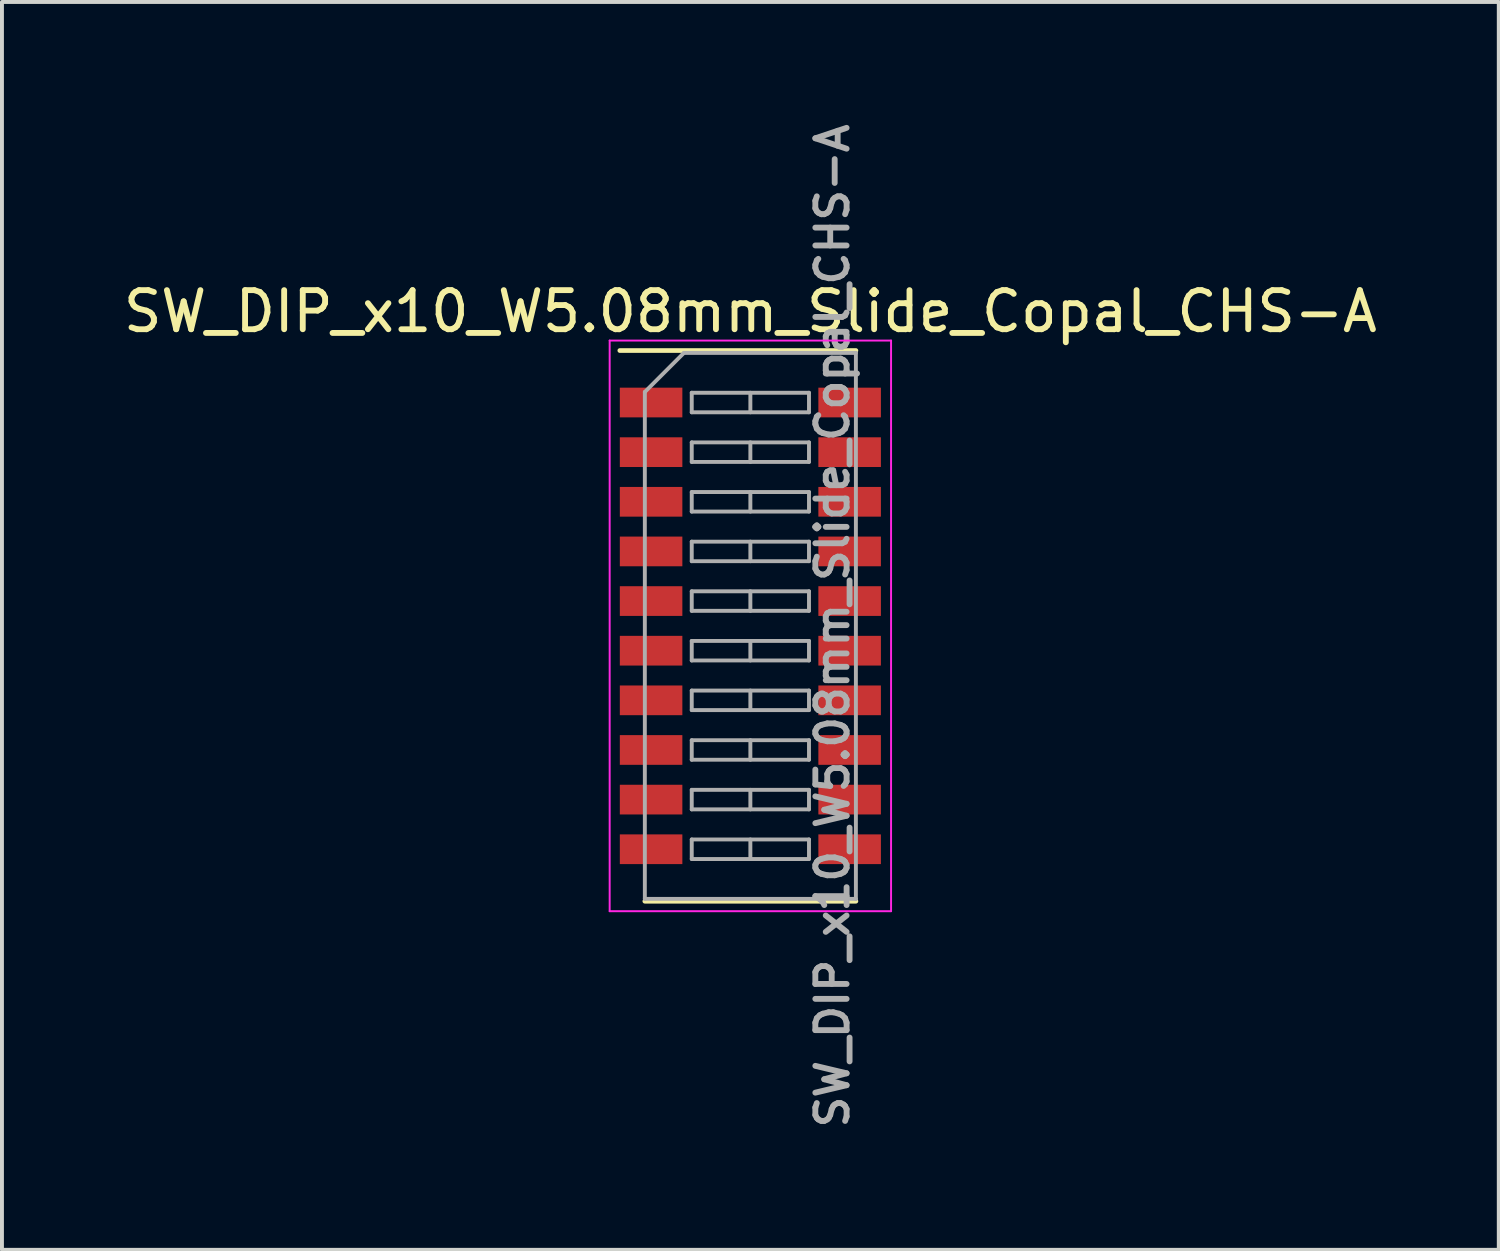
<source format=kicad_pcb>
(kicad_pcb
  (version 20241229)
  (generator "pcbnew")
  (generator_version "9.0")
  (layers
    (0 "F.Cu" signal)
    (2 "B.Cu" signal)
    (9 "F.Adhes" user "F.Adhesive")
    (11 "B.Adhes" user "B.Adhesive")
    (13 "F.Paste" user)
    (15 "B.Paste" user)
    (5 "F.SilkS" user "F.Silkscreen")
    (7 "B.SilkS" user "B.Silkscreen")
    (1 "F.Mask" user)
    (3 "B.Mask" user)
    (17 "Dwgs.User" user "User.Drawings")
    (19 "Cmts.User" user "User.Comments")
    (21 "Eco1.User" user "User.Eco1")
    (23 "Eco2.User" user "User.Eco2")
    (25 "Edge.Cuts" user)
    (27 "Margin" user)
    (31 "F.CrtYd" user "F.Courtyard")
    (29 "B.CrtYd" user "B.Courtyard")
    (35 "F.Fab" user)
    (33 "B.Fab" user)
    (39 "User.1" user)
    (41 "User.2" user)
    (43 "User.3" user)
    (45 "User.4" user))
  (footprint "SW_DIP_x10_W5.08mm_Slide_Copal_CHS-A"
    (layer "F.Cu")
    (at 16.149 12.964)
    (property "Reference" "SW_DIP_x10_W5.08mm_Slide_Copal_CHS-A" (at 0 -8.045 0) (layer "F.SilkS") (effects (font (size 1 1) (thickness 0.15))))
    (attr smd)
    (fp_line (start -3.34 -7.045) (end 2.7 -7.045) (stroke (width 0.12) (type solid)) (layer "F.SilkS"))
    (fp_line (start -2.7 7.045) (end 2.7 7.045) (stroke (width 0.12) (type solid)) (layer "F.SilkS"))
    (fp_line (start -3.6 -7.3) (end -3.6 7.3) (stroke (width 0.05) (type solid)) (layer "F.CrtYd"))
    (fp_line (start -3.6 7.3) (end 3.6 7.3) (stroke (width 0.05) (type solid)) (layer "F.CrtYd"))
    (fp_line (start 3.6 -7.3) (end -3.6 -7.3) (stroke (width 0.05) (type solid)) (layer "F.CrtYd"))
    (fp_line (start 3.6 7.3) (end 3.6 -7.3) (stroke (width 0.05) (type solid)) (layer "F.CrtYd"))
    (fp_line (start -2.7 -5.985) (end -1.7 -6.985) (stroke (width 0.1) (type solid)) (layer "F.Fab"))
    (fp_line (start -2.7 6.985) (end -2.7 -5.985) (stroke (width 0.1) (type solid)) (layer "F.Fab"))
    (fp_line (start -1.7 -6.985) (end 2.7 -6.985) (stroke (width 0.1) (type solid)) (layer "F.Fab"))
    (fp_line (start -1.5 -5.965) (end -1.5 -5.465) (stroke (width 0.1) (type solid)) (layer "F.Fab"))
    (fp_line (start -1.5 -5.465) (end 1.5 -5.465) (stroke (width 0.1) (type solid)) (layer "F.Fab"))
    (fp_line (start -1.5 -4.695) (end -1.5 -4.195) (stroke (width 0.1) (type solid)) (layer "F.Fab"))
    (fp_line (start -1.5 -4.195) (end 1.5 -4.195) (stroke (width 0.1) (type solid)) (layer "F.Fab"))
    (fp_line (start -1.5 -3.425) (end -1.5 -2.925) (stroke (width 0.1) (type solid)) (layer "F.Fab"))
    (fp_line (start -1.5 -2.925) (end 1.5 -2.925) (stroke (width 0.1) (type solid)) (layer "F.Fab"))
    (fp_line (start -1.5 -2.155) (end -1.5 -1.655) (stroke (width 0.1) (type solid)) (layer "F.Fab"))
    (fp_line (start -1.5 -1.655) (end 1.5 -1.655) (stroke (width 0.1) (type solid)) (layer "F.Fab"))
    (fp_line (start -1.5 -0.885) (end -1.5 -0.385) (stroke (width 0.1) (type solid)) (layer "F.Fab"))
    (fp_line (start -1.5 -0.385) (end 1.5 -0.385) (stroke (width 0.1) (type solid)) (layer "F.Fab"))
    (fp_line (start -1.5 0.385) (end -1.5 0.885) (stroke (width 0.1) (type solid)) (layer "F.Fab"))
    (fp_line (start -1.5 0.885) (end 1.5 0.885) (stroke (width 0.1) (type solid)) (layer "F.Fab"))
    (fp_line (start -1.5 1.655) (end -1.5 2.155) (stroke (width 0.1) (type solid)) (layer "F.Fab"))
    (fp_line (start -1.5 2.155) (end 1.5 2.155) (stroke (width 0.1) (type solid)) (layer "F.Fab"))
    (fp_line (start -1.5 2.925) (end -1.5 3.425) (stroke (width 0.1) (type solid)) (layer "F.Fab"))
    (fp_line (start -1.5 3.425) (end 1.5 3.425) (stroke (width 0.1) (type solid)) (layer "F.Fab"))
    (fp_line (start -1.5 4.195) (end -1.5 4.695) (stroke (width 0.1) (type solid)) (layer "F.Fab"))
    (fp_line (start -1.5 4.695) (end 1.5 4.695) (stroke (width 0.1) (type solid)) (layer "F.Fab"))
    (fp_line (start -1.5 5.465) (end -1.5 5.965) (stroke (width 0.1) (type solid)) (layer "F.Fab"))
    (fp_line (start -1.5 5.965) (end 1.5 5.965) (stroke (width 0.1) (type solid)) (layer "F.Fab"))
    (fp_line (start 0 -5.965) (end 0 -5.465) (stroke (width 0.1) (type solid)) (layer "F.Fab"))
    (fp_line (start 0 -4.695) (end 0 -4.195) (stroke (width 0.1) (type solid)) (layer "F.Fab"))
    (fp_line (start 0 -3.425) (end 0 -2.925) (stroke (width 0.1) (type solid)) (layer "F.Fab"))
    (fp_line (start 0 -2.155) (end 0 -1.655) (stroke (width 0.1) (type solid)) (layer "F.Fab"))
    (fp_line (start 0 -0.885) (end 0 -0.385) (stroke (width 0.1) (type solid)) (layer "F.Fab"))
    (fp_line (start 0 0.385) (end 0 0.885) (stroke (width 0.1) (type solid)) (layer "F.Fab"))
    (fp_line (start 0 1.655) (end 0 2.155) (stroke (width 0.1) (type solid)) (layer "F.Fab"))
    (fp_line (start 0 2.925) (end 0 3.425) (stroke (width 0.1) (type solid)) (layer "F.Fab"))
    (fp_line (start 0 4.195) (end 0 4.695) (stroke (width 0.1) (type solid)) (layer "F.Fab"))
    (fp_line (start 0 5.465) (end 0 5.965) (stroke (width 0.1) (type solid)) (layer "F.Fab"))
    (fp_line (start 1.5 -5.965) (end -1.5 -5.965) (stroke (width 0.1) (type solid)) (layer "F.Fab"))
    (fp_line (start 1.5 -5.465) (end 1.5 -5.965) (stroke (width 0.1) (type solid)) (layer "F.Fab"))
    (fp_line (start 1.5 -4.695) (end -1.5 -4.695) (stroke (width 0.1) (type solid)) (layer "F.Fab"))
    (fp_line (start 1.5 -4.195) (end 1.5 -4.695) (stroke (width 0.1) (type solid)) (layer "F.Fab"))
    (fp_line (start 1.5 -3.425) (end -1.5 -3.425) (stroke (width 0.1) (type solid)) (layer "F.Fab"))
    (fp_line (start 1.5 -2.925) (end 1.5 -3.425) (stroke (width 0.1) (type solid)) (layer "F.Fab"))
    (fp_line (start 1.5 -2.155) (end -1.5 -2.155) (stroke (width 0.1) (type solid)) (layer "F.Fab"))
    (fp_line (start 1.5 -1.655) (end 1.5 -2.155) (stroke (width 0.1) (type solid)) (layer "F.Fab"))
    (fp_line (start 1.5 -0.885) (end -1.5 -0.885) (stroke (width 0.1) (type solid)) (layer "F.Fab"))
    (fp_line (start 1.5 -0.385) (end 1.5 -0.885) (stroke (width 0.1) (type solid)) (layer "F.Fab"))
    (fp_line (start 1.5 0.385) (end -1.5 0.385) (stroke (width 0.1) (type solid)) (layer "F.Fab"))
    (fp_line (start 1.5 0.885) (end 1.5 0.385) (stroke (width 0.1) (type solid)) (layer "F.Fab"))
    (fp_line (start 1.5 1.655) (end -1.5 1.655) (stroke (width 0.1) (type solid)) (layer "F.Fab"))
    (fp_line (start 1.5 2.155) (end 1.5 1.655) (stroke (width 0.1) (type solid)) (layer "F.Fab"))
    (fp_line (start 1.5 2.925) (end -1.5 2.925) (stroke (width 0.1) (type solid)) (layer "F.Fab"))
    (fp_line (start 1.5 3.425) (end 1.5 2.925) (stroke (width 0.1) (type solid)) (layer "F.Fab"))
    (fp_line (start 1.5 4.195) (end -1.5 4.195) (stroke (width 0.1) (type solid)) (layer "F.Fab"))
    (fp_line (start 1.5 4.695) (end 1.5 4.195) (stroke (width 0.1) (type solid)) (layer "F.Fab"))
    (fp_line (start 1.5 5.465) (end -1.5 5.465) (stroke (width 0.1) (type solid)) (layer "F.Fab"))
    (fp_line (start 1.5 5.965) (end 1.5 5.465) (stroke (width 0.1) (type solid)) (layer "F.Fab"))
    (fp_line (start 2.7 -6.985) (end 2.7 6.985) (stroke (width 0.1) (type solid)) (layer "F.Fab"))
    (fp_line (start 2.7 6.985) (end -2.7 6.985) (stroke (width 0.1) (type solid)) (layer "F.Fab"))
    (fp_text user "${REFERENCE}" (at 2.1 0 90) (layer "F.Fab") (effects (font (size 0.8 0.8) (thickness 0.15))))
    (pad "1" smd rect (at -2.54 -5.715) (size 1.6 0.76) (layers "F.Cu" "F.Mask" "F.Paste"))
    (pad "2" smd rect (at -2.54 -4.445) (size 1.6 0.76) (layers "F.Cu" "F.Mask" "F.Paste"))
    (pad "3" smd rect (at -2.54 -3.175) (size 1.6 0.76) (layers "F.Cu" "F.Mask" "F.Paste"))
    (pad "4" smd rect (at -2.54 -1.905) (size 1.6 0.76) (layers "F.Cu" "F.Mask" "F.Paste"))
    (pad "5" smd rect (at -2.54 -0.635) (size 1.6 0.76) (layers "F.Cu" "F.Mask" "F.Paste"))
    (pad "6" smd rect (at -2.54 0.635) (size 1.6 0.76) (layers "F.Cu" "F.Mask" "F.Paste"))
    (pad "7" smd rect (at -2.54 1.905) (size 1.6 0.76) (layers "F.Cu" "F.Mask" "F.Paste"))
    (pad "8" smd rect (at -2.54 3.175) (size 1.6 0.76) (layers "F.Cu" "F.Mask" "F.Paste"))
    (pad "9" smd rect (at -2.54 4.445) (size 1.6 0.76) (layers "F.Cu" "F.Mask" "F.Paste"))
    (pad "10" smd rect (at -2.54 5.715) (size 1.6 0.76) (layers "F.Cu" "F.Mask" "F.Paste"))
    (pad "11" smd rect (at 2.54 5.715) (size 1.6 0.76) (layers "F.Cu" "F.Mask" "F.Paste"))
    (pad "12" smd rect (at 2.54 4.445) (size 1.6 0.76) (layers "F.Cu" "F.Mask" "F.Paste"))
    (pad "13" smd rect (at 2.54 3.175) (size 1.6 0.76) (layers "F.Cu" "F.Mask" "F.Paste"))
    (pad "14" smd rect (at 2.54 1.905) (size 1.6 0.76) (layers "F.Cu" "F.Mask" "F.Paste"))
    (pad "15" smd rect (at 2.54 0.635) (size 1.6 0.76) (layers "F.Cu" "F.Mask" "F.Paste"))
    (pad "16" smd rect (at 2.54 -0.635) (size 1.6 0.76) (layers "F.Cu" "F.Mask" "F.Paste"))
    (pad "17" smd rect (at 2.54 -1.905) (size 1.6 0.76) (layers "F.Cu" "F.Mask" "F.Paste"))
    (pad "18" smd rect (at 2.54 -3.175) (size 1.6 0.76) (layers "F.Cu" "F.Mask" "F.Paste"))
    (pad "19" smd rect (at 2.54 -4.445) (size 1.6 0.76) (layers "F.Cu" "F.Mask" "F.Paste"))
    (pad "20" smd rect (at 2.54 -5.715) (size 1.6 0.76) (layers "F.Cu" "F.Mask" "F.Paste")))
  (gr_rect
    (start -3 -3)
    (end 35.298 28.928)
    (stroke (width 0.1) (type default))
    (fill no)
    (layer "Edge.Cuts")))
</source>
